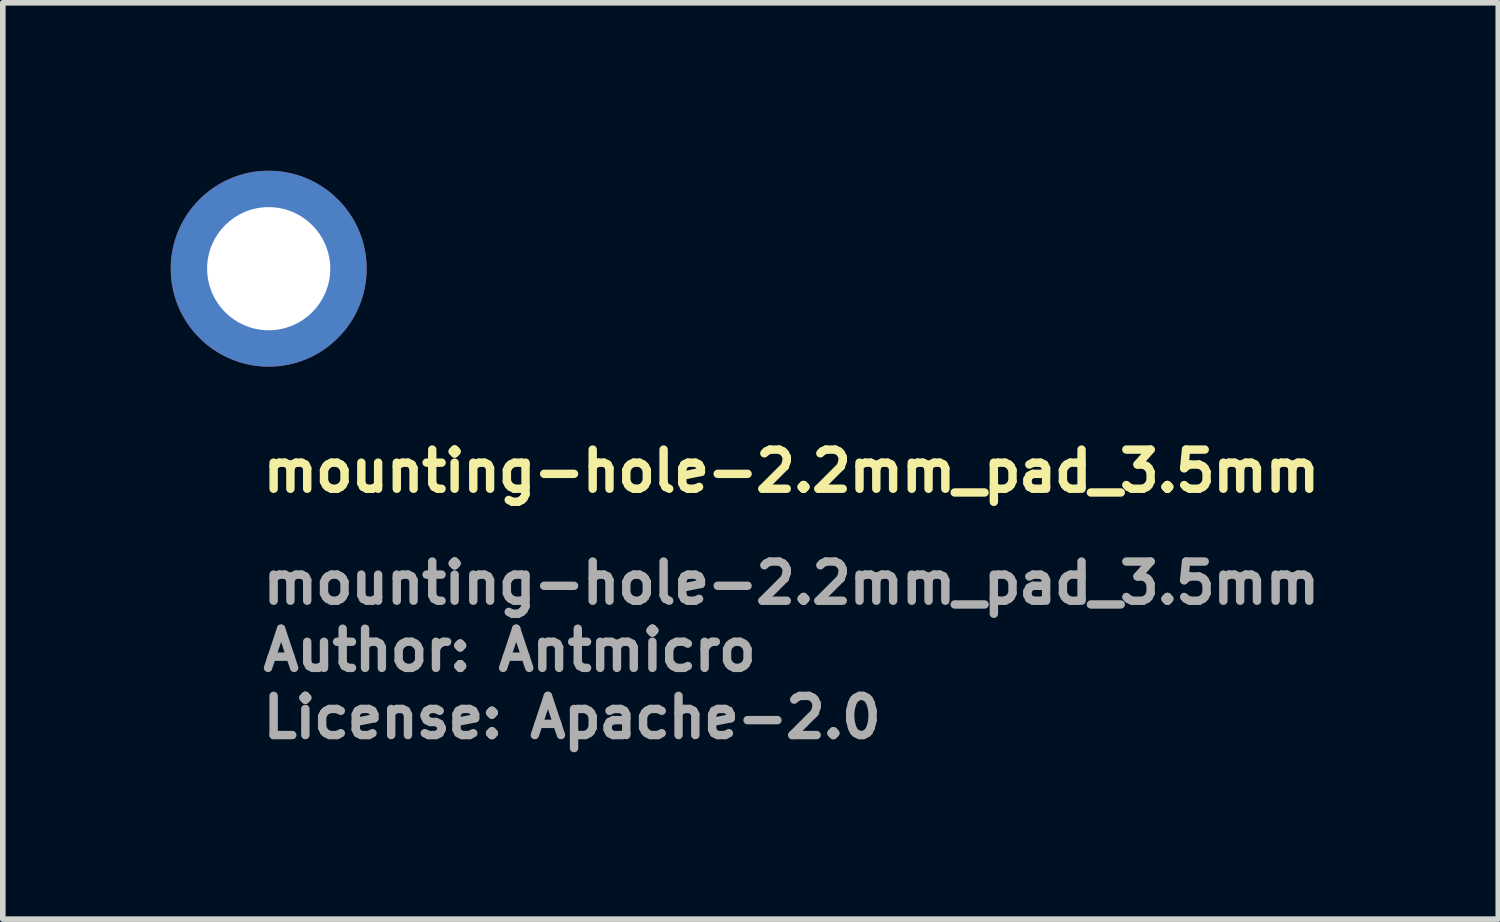
<source format=kicad_pcb>
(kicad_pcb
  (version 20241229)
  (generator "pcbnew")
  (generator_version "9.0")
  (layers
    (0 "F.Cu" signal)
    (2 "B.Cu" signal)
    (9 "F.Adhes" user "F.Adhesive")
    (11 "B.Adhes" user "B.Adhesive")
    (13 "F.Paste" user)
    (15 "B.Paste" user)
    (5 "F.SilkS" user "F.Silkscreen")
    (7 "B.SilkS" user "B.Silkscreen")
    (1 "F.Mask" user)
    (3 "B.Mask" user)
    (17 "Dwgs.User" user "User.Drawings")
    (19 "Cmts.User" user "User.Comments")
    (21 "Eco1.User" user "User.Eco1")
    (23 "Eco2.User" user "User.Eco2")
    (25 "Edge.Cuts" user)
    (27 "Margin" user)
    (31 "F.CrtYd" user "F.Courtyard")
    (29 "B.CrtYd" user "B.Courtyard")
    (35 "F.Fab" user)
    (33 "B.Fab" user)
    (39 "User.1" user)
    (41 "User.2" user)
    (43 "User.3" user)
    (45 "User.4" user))
  (footprint "mounting-hole-2.2mm_pad_3.5mm"
    (layer "F.Cu")
    (at 1.75 1.75)
    (property "Reference" "mounting-hole-2.2mm_pad_3.5mm" (at -0.177 4.025 0) (layer "F.SilkS") (effects (font (size 0.7 0.7) (thickness 0.15)) (justify left bottom)))
    (attr through_hole exclude_from_pos_files exclude_from_bom)
    (fp_text user "Author: Antmicro" (at -0.177 7.225 0) (layer "F.Fab") (effects (font (size 0.7 0.7) (thickness 0.15)) (justify left bottom)))
    (fp_text user "${REFERENCE}" (at -0.177 6.025 0) (layer "F.Fab") (effects (font (size 0.7 0.7) (thickness 0.15)) (justify left bottom)))
    (fp_text user "License: Apache-2.0" (at -0.177 8.425 0) (layer "F.Fab") (effects (font (size 0.7 0.7) (thickness 0.15)) (justify left bottom)))
    (pad "1" thru_hole circle (at 0 0) (size 3.5 3.5) (drill 2.2) (layers "*.Cu" "*.Mask")))
  (gr_rect
    (start -3 -3)
    (end 23.716 13.37)
    (stroke (width 0.1) (type default))
    (fill no)
    (layer "Edge.Cuts")))
</source>
